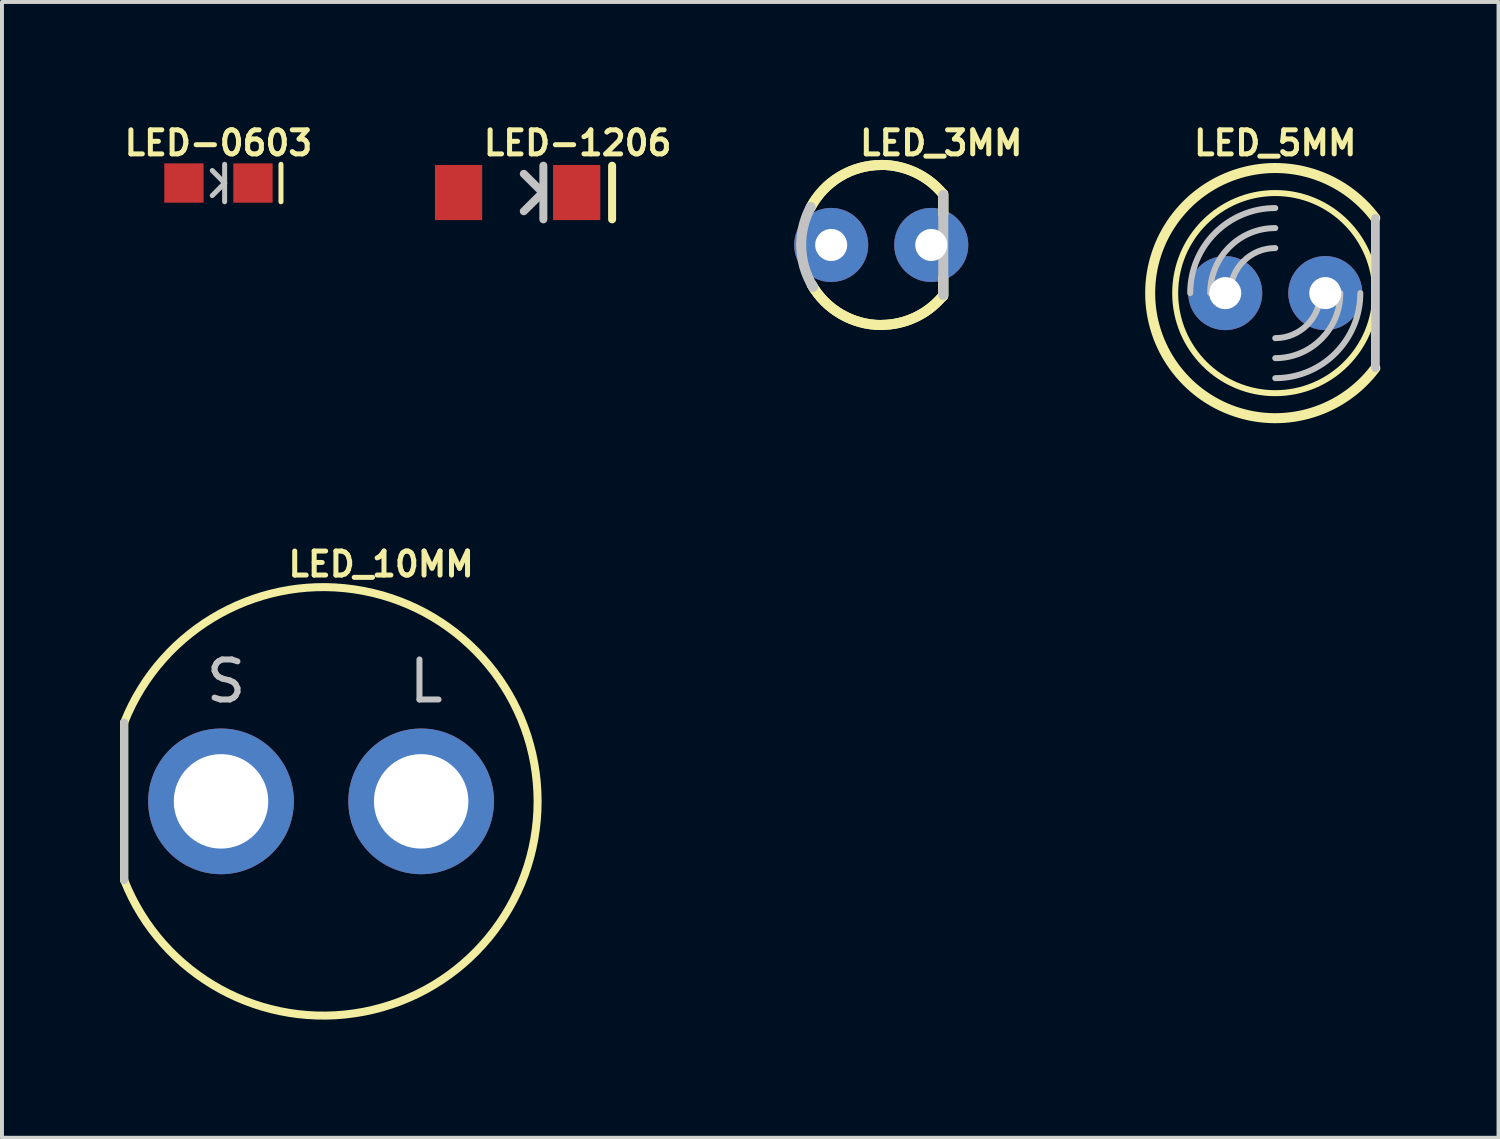
<source format=kicad_pcb>
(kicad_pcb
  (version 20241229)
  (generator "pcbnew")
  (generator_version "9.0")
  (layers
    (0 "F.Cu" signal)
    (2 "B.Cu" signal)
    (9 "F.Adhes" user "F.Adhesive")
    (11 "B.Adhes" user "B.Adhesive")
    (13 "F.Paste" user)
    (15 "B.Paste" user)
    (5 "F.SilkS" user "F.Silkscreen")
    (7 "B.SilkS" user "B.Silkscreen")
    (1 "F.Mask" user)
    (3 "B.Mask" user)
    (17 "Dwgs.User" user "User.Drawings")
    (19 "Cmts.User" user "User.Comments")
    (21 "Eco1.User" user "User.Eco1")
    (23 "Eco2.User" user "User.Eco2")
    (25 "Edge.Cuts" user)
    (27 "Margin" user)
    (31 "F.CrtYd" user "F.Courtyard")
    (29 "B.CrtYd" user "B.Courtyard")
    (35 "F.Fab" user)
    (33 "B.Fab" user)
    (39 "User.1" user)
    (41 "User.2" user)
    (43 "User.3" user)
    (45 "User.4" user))
  (footprint "LED_10MM"
    (layer "F.Cu")
    (at 5.1 17.291)
    (property "Reference" "LED_10MM" (at 1.524 -6.02 0) (layer "F.SilkS") (effects (font (size 0.61 0.61) (thickness 0.127))))
    (attr exclude_from_pos_files exclude_from_bom)
    (fp_line (start -4.999 -1.999) (end -4.999 1.999) (stroke (width 0.203) (type solid)) (layer "F.SilkS"))
    (fp_line (start -4.999 -1.999) (end -4.999 1.999) (stroke (width 0.203) (type solid)) (layer "F.SilkS"))
    (fp_arc (start -4.99872 -1.99898) (mid 5.496303 -0.003053) (end -4.996472 2.004657) (stroke (width 0.2032) (type solid)) (layer "F.SilkS"))
    (fp_line (start -4.999 -1.999) (end -4.999 1.999) (stroke (width 0.203) (type solid)) (layer "Dwgs.User"))
    (fp_text user "S" (at -2.413 -3.048 0) (layer "Dwgs.User") (effects (font (size 1.016 1.016) (thickness 0.152))))
    (fp_text user "L" (at 2.667 -3.048 0) (layer "Dwgs.User") (effects (font (size 1.016 1.016) (thickness 0.152))))
    (pad "A" thru_hole circle (at 2.54 0) (size 3.698 3.698) (drill 2.398) (layers "*.Cu" "*.Paste" "*.Mask"))
    (pad "C" thru_hole circle (at -2.54 0) (size 3.698 3.698) (drill 2.398) (layers "*.Cu" "*.Paste" "*.Mask")))
  (footprint "LED-1206"
    (layer "F.Cu")
    (at 10.089 1.837)
    (property "Reference" "LED-1206" (at 1.524 -1.257 0) (layer "F.SilkS") (effects (font (size 0.61 0.61) (thickness 0.127))))
    (attr smd)
    (fp_line (start 2.398 -0.681) (end 2.398 0.681) (stroke (width 0.203) (type solid)) (layer "F.SilkS"))
    (fp_line (start 0.635 0) (end 0.157 -0.475) (stroke (width 0.203) (type solid)) (layer "Dwgs.User"))
    (fp_line (start 0.635 0) (end 0.157 0.475) (stroke (width 0.203) (type solid)) (layer "Dwgs.User"))
    (fp_line (start 0.653 -0.681) (end 0.653 0.681) (stroke (width 0.203) (type solid)) (layer "Dwgs.User"))
    (pad "A" smd rect (at -1.499 0) (size 1.199 1.4) (layers "F.Cu" "F.Mask" "F.Paste"))
    (pad "C" smd rect (at 1.499 0) (size 1.199 1.4) (layers "F.Cu" "F.Mask" "F.Paste")))
  (footprint "LED_5MM"
    (layer "F.Cu")
    (at 29.32 4.39)
    (property "Reference" "LED_5MM" (at 0 -3.81 0) (layer "F.SilkS") (effects (font (size 0.61 0.61) (thickness 0.127))))
    (attr exclude_from_pos_files exclude_from_bom)
    (fp_line (start 2.54 1.905) (end 2.54 -1.905) (stroke (width 0.203) (type solid)) (layer "F.SilkS"))
    (fp_line (start 2.54 1.905) (end 2.54 -1.905) (stroke (width 0.203) (type solid)) (layer "F.SilkS"))
    (fp_arc (start 2.54 1.905) (mid -3.175 0.001668) (end 2.537997 -1.907668) (stroke (width 0.254) (type solid)) (layer "F.SilkS"))
    (fp_circle (center 0 0) (end 0 -2.54) (stroke (width 0.152) (type solid)) (fill no) (layer "F.SilkS"))
    (fp_line (start 2.54 1.905) (end 2.54 -1.905) (stroke (width 0.203) (type solid)) (layer "Dwgs.User"))
    (fp_arc (start -2.159 0) (mid -1.526644 -1.526644) (end 0 -2.159) (stroke (width 0.1524) (type solid)) (layer "Dwgs.User"))
    (fp_arc (start -1.651 0) (mid -1.167433 -1.167433) (end 0 -1.651) (stroke (width 0.1524) (type solid)) (layer "Dwgs.User"))
    (fp_arc (start -1.143 0) (mid -0.808223 -0.808223) (end 0 -1.143) (stroke (width 0.1524) (type solid)) (layer "Dwgs.User"))
    (fp_arc (start 1.143 0) (mid 0.808223 0.808223) (end 0 1.143) (stroke (width 0.1524) (type solid)) (layer "Dwgs.User"))
    (fp_arc (start 1.651 0) (mid 1.167433 1.167433) (end 0 1.651) (stroke (width 0.1524) (type solid)) (layer "Dwgs.User"))
    (fp_arc (start 2.159 0) (mid 1.526644 1.526644) (end 0 2.159) (stroke (width 0.1524) (type solid)) (layer "Dwgs.User"))
    (pad "A" thru_hole circle (at -1.27 0) (size 1.88 1.88) (drill 0.813) (layers "*.Cu" "*.Paste" "*.Mask"))
    (pad "K" thru_hole circle (at 1.27 0) (size 1.88 1.88) (drill 0.813) (layers "*.Cu" "*.Paste" "*.Mask")))
  (footprint "LED_3MM"
    (layer "F.Cu")
    (at 19.318 3.168)
    (property "Reference" "LED_3MM" (at 1.524 -2.588 0) (layer "F.SilkS") (effects (font (size 0.61 0.61) (thickness 0.127))))
    (attr exclude_from_pos_files exclude_from_bom)
    (fp_line (start 1.575 -1.293) (end 1.575 -0.787) (stroke (width 0.254) (type solid)) (layer "F.SilkS"))
    (fp_line (start 1.575 -1.293) (end 1.575 -0.787) (stroke (width 0.254) (type solid)) (layer "F.SilkS"))
    (fp_line (start 1.575 1.293) (end 1.575 0.838) (stroke (width 0.254) (type solid)) (layer "F.SilkS"))
    (fp_line (start 1.575 1.293) (end 1.575 0.838) (stroke (width 0.254) (type solid)) (layer "F.SilkS"))
    (fp_arc (start -1.7907 -0.95504) (mid -1.044567 -1.739997) (end -0.000975 -2.02946) (stroke (width 0.254) (type solid)) (layer "F.SilkS"))
    (fp_arc (start -1.7907 -0.95504) (mid -1.044567 -1.739997) (end -0.000975 -2.02946) (stroke (width 0.254) (type solid)) (layer "F.SilkS"))
    (fp_arc (start 0 -2.032) (mid 0.860367 -1.840867) (end 1.55888 -1.303426) (stroke (width 0.254) (type solid)) (layer "F.SilkS"))
    (fp_arc (start 0 -2.032) (mid 0.860367 -1.840867) (end 1.55888 -1.303426) (stroke (width 0.254) (type solid)) (layer "F.SilkS"))
    (fp_arc (start 0 2.032) (mid -1.01907 1.757988) (end -1.763299 1.009851) (stroke (width 0.254) (type solid)) (layer "F.SilkS"))
    (fp_arc (start 0 2.032) (mid -1.01907 1.757988) (end -1.763299 1.009851) (stroke (width 0.254) (type solid)) (layer "F.SilkS"))
    (fp_arc (start 1.5494 1.31064) (mid 0.855154 1.840416) (end 0.002552 2.029387) (stroke (width 0.254) (type solid)) (layer "F.SilkS"))
    (fp_arc (start 1.5494 1.31064) (mid 0.855154 1.840416) (end 0.002552 2.029387) (stroke (width 0.254) (type solid)) (layer "F.SilkS"))
    (fp_line (start 1.575 1.27) (end 1.575 -1.27) (stroke (width 0.254) (type solid)) (layer "Dwgs.User"))
    (fp_arc (start -2.032 0) (mid -1.970347 -0.496745) (end -1.78913 -0.963347) (stroke (width 0.254) (type solid)) (layer "Dwgs.User"))
    (fp_arc (start -1.72974 1.06426) (mid -1.954164 0.553076) (end -2.030923 0.0001) (stroke (width 0.254) (type solid)) (layer "Dwgs.User"))
    (pad "A" thru_hole circle (at -1.27 0) (size 1.88 1.88) (drill 0.813) (layers "*.Cu" "*.Paste" "*.Mask"))
    (pad "K" thru_hole circle (at 1.27 0) (size 1.88 1.88) (drill 0.813) (layers "*.Cu" "*.Paste" "*.Mask")))
  (footprint "LED-0603"
    (layer "F.Cu")
    (at 2.495 1.596)
    (property "Reference" "LED-0603" (at 0 -1.016 0) (layer "F.SilkS") (effects (font (size 0.61 0.61) (thickness 0.127))))
    (attr smd)
    (fp_line (start 1.587 -0.475) (end 1.587 0.475) (stroke (width 0.127) (type solid)) (layer "F.SilkS"))
    (fp_line (start 0.157 -0.475) (end 0.157 0) (stroke (width 0.127) (type solid)) (layer "Dwgs.User"))
    (fp_line (start 0.157 0) (end -0.157 -0.318) (stroke (width 0.127) (type solid)) (layer "Dwgs.User"))
    (fp_line (start 0.157 0) (end -0.157 0.318) (stroke (width 0.127) (type solid)) (layer "Dwgs.User"))
    (fp_line (start 0.157 0) (end 0.157 0.475) (stroke (width 0.127) (type solid)) (layer "Dwgs.User"))
    (pad "A" smd rect (at -0.876 0 270) (size 0.998 0.998) (layers "F.Cu" "F.Mask" "F.Paste"))
    (pad "C" smd rect (at 0.876 0 270) (size 0.998 0.998) (layers "F.Cu" "F.Mask" "F.Paste")))
  (gr_rect
    (start -3 -3)
    (end 34.987 25.83)
    (stroke (width 0.1) (type default))
    (fill no)
    (layer "Edge.Cuts")))
</source>
